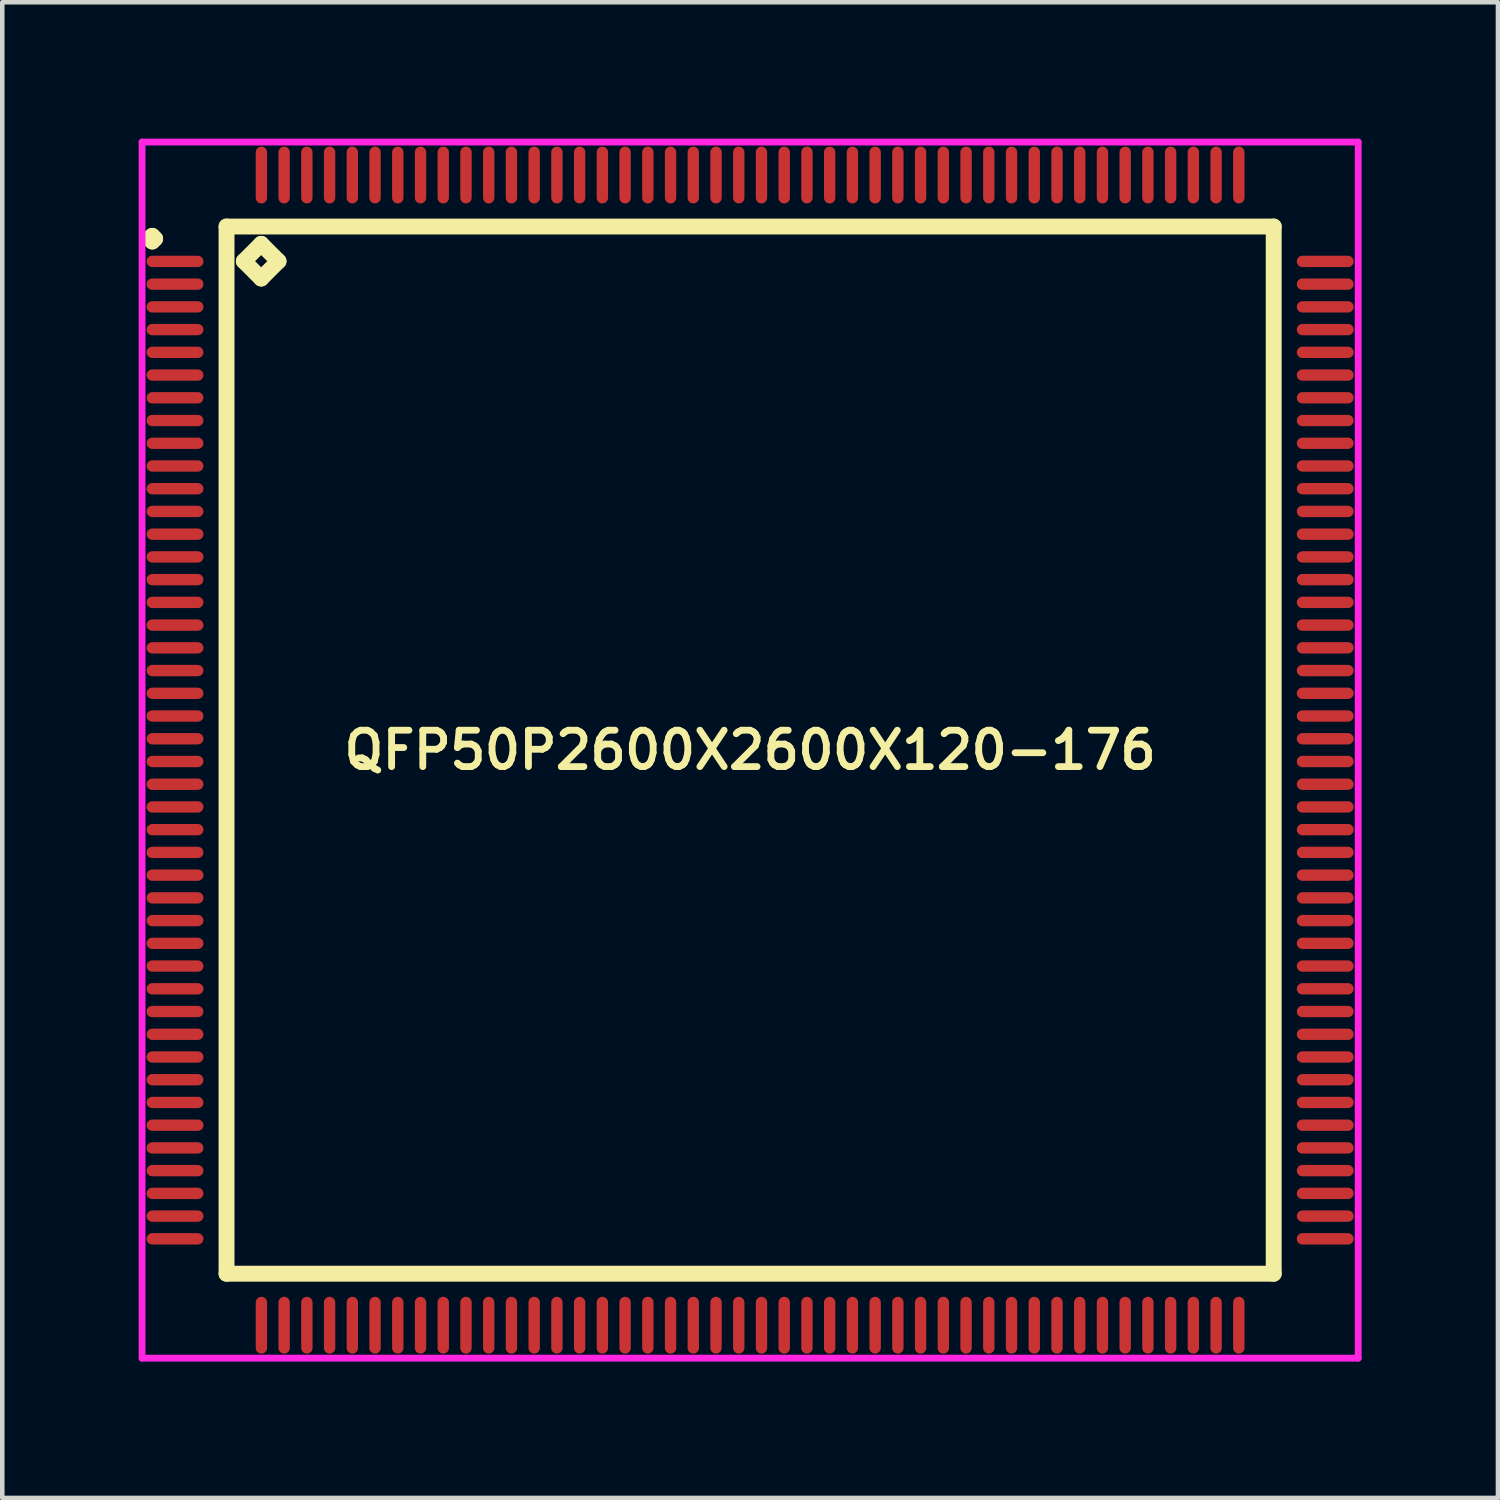
<source format=kicad_pcb>
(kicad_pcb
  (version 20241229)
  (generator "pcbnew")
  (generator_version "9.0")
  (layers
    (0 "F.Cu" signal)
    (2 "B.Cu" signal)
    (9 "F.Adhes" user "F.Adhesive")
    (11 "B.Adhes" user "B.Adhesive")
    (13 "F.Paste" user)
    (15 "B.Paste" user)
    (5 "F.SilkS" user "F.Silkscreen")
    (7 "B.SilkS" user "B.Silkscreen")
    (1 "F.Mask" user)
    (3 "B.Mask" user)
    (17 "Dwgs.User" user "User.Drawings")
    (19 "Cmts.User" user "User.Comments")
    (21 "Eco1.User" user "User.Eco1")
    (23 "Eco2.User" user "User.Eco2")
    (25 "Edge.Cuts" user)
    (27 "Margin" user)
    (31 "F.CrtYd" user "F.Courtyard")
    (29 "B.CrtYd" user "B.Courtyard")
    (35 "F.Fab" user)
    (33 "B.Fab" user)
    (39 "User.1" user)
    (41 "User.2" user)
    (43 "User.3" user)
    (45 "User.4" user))
  (footprint "QFP50P2600X2600X120-176"
    (layer "F.Cu")
    (at 13.45 13.45)
    (property "Reference" "QFP50P2600X2600X120-176" (at 0 0 0) (layer "F.SilkS") (effects (font (size 0.8 0.8) (thickness 0.15))))
    (attr through_hole)
    (fp_line (start -13.213 -11.25) (end -13.15 -11.312) (stroke (width 0.35) (type solid)) (layer "F.SilkS"))
    (fp_line (start -13.15 -11.312) (end -13.088 -11.25) (stroke (width 0.35) (type solid)) (layer "F.SilkS"))
    (fp_line (start -13.15 -11.188) (end -13.213 -11.25) (stroke (width 0.35) (type solid)) (layer "F.SilkS"))
    (fp_line (start -13.088 -11.25) (end -13.15 -11.188) (stroke (width 0.35) (type solid)) (layer "F.SilkS"))
    (fp_line (start -11.517 -11.517) (end -11.517 11.517) (stroke (width 0.35) (type solid)) (layer "F.SilkS"))
    (fp_line (start -11.517 11.517) (end 11.517 11.517) (stroke (width 0.35) (type solid)) (layer "F.SilkS"))
    (fp_line (start -11.136 -10.755) (end -10.755 -11.136) (stroke (width 0.35) (type solid)) (layer "F.SilkS"))
    (fp_line (start -10.755 -11.136) (end -10.374 -10.755) (stroke (width 0.35) (type solid)) (layer "F.SilkS"))
    (fp_line (start -10.755 -10.374) (end -11.136 -10.755) (stroke (width 0.35) (type solid)) (layer "F.SilkS"))
    (fp_line (start -10.374 -10.755) (end -10.755 -10.374) (stroke (width 0.35) (type solid)) (layer "F.SilkS"))
    (fp_line (start 11.517 -11.517) (end -11.517 -11.517) (stroke (width 0.35) (type solid)) (layer "F.SilkS"))
    (fp_line (start 11.517 11.517) (end 11.517 -11.517) (stroke (width 0.35) (type solid)) (layer "F.SilkS"))
    (fp_line (start -13.375 -13.375) (end 13.375 -13.375) (stroke (width 0.15) (type solid)) (layer "F.CrtYd"))
    (fp_line (start -13.375 13.375) (end -13.375 -13.375) (stroke (width 0.15) (type solid)) (layer "F.CrtYd"))
    (fp_line (start 13.375 -13.375) (end 13.375 13.375) (stroke (width 0.15) (type solid)) (layer "F.CrtYd"))
    (fp_line (start 13.375 13.375) (end -13.375 13.375) (stroke (width 0.15) (type solid)) (layer "F.CrtYd"))
    (pad "1" smd oval (at -12.65 -10.75) (size 1.25 0.25) (layers "F.Cu" "F.Mask" "F.Paste"))
    (pad "2" smd oval (at -12.65 -10.25) (size 1.25 0.25) (layers "F.Cu" "F.Mask" "F.Paste"))
    (pad "3" smd oval (at -12.65 -9.75) (size 1.25 0.25) (layers "F.Cu" "F.Mask" "F.Paste"))
    (pad "4" smd oval (at -12.65 -9.25) (size 1.25 0.25) (layers "F.Cu" "F.Mask" "F.Paste"))
    (pad "5" smd oval (at -12.65 -8.75) (size 1.25 0.25) (layers "F.Cu" "F.Mask" "F.Paste"))
    (pad "6" smd oval (at -12.65 -8.25) (size 1.25 0.25) (layers "F.Cu" "F.Mask" "F.Paste"))
    (pad "7" smd oval (at -12.65 -7.75) (size 1.25 0.25) (layers "F.Cu" "F.Mask" "F.Paste"))
    (pad "8" smd oval (at -12.65 -7.25) (size 1.25 0.25) (layers "F.Cu" "F.Mask" "F.Paste"))
    (pad "9" smd oval (at -12.65 -6.75) (size 1.25 0.25) (layers "F.Cu" "F.Mask" "F.Paste"))
    (pad "10" smd oval (at -12.65 -6.25) (size 1.25 0.25) (layers "F.Cu" "F.Mask" "F.Paste"))
    (pad "11" smd oval (at -12.65 -5.75) (size 1.25 0.25) (layers "F.Cu" "F.Mask" "F.Paste"))
    (pad "12" smd oval (at -12.65 -5.25) (size 1.25 0.25) (layers "F.Cu" "F.Mask" "F.Paste"))
    (pad "13" smd oval (at -12.65 -4.75) (size 1.25 0.25) (layers "F.Cu" "F.Mask" "F.Paste"))
    (pad "14" smd oval (at -12.65 -4.25) (size 1.25 0.25) (layers "F.Cu" "F.Mask" "F.Paste"))
    (pad "15" smd oval (at -12.65 -3.75) (size 1.25 0.25) (layers "F.Cu" "F.Mask" "F.Paste"))
    (pad "16" smd oval (at -12.65 -3.25) (size 1.25 0.25) (layers "F.Cu" "F.Mask" "F.Paste"))
    (pad "17" smd oval (at -12.65 -2.75) (size 1.25 0.25) (layers "F.Cu" "F.Mask" "F.Paste"))
    (pad "18" smd oval (at -12.65 -2.25) (size 1.25 0.25) (layers "F.Cu" "F.Mask" "F.Paste"))
    (pad "19" smd oval (at -12.65 -1.75) (size 1.25 0.25) (layers "F.Cu" "F.Mask" "F.Paste"))
    (pad "20" smd oval (at -12.65 -1.25) (size 1.25 0.25) (layers "F.Cu" "F.Mask" "F.Paste"))
    (pad "21" smd oval (at -12.65 -0.75) (size 1.25 0.25) (layers "F.Cu" "F.Mask" "F.Paste"))
    (pad "22" smd oval (at -12.65 -0.25) (size 1.25 0.25) (layers "F.Cu" "F.Mask" "F.Paste"))
    (pad "23" smd oval (at -12.65 0.25) (size 1.25 0.25) (layers "F.Cu" "F.Mask" "F.Paste"))
    (pad "24" smd oval (at -12.65 0.75) (size 1.25 0.25) (layers "F.Cu" "F.Mask" "F.Paste"))
    (pad "25" smd oval (at -12.65 1.25) (size 1.25 0.25) (layers "F.Cu" "F.Mask" "F.Paste"))
    (pad "26" smd oval (at -12.65 1.75) (size 1.25 0.25) (layers "F.Cu" "F.Mask" "F.Paste"))
    (pad "27" smd oval (at -12.65 2.25) (size 1.25 0.25) (layers "F.Cu" "F.Mask" "F.Paste"))
    (pad "28" smd oval (at -12.65 2.75) (size 1.25 0.25) (layers "F.Cu" "F.Mask" "F.Paste"))
    (pad "29" smd oval (at -12.65 3.25) (size 1.25 0.25) (layers "F.Cu" "F.Mask" "F.Paste"))
    (pad "30" smd oval (at -12.65 3.75) (size 1.25 0.25) (layers "F.Cu" "F.Mask" "F.Paste"))
    (pad "31" smd oval (at -12.65 4.25) (size 1.25 0.25) (layers "F.Cu" "F.Mask" "F.Paste"))
    (pad "32" smd oval (at -12.65 4.75) (size 1.25 0.25) (layers "F.Cu" "F.Mask" "F.Paste"))
    (pad "33" smd oval (at -12.65 5.25) (size 1.25 0.25) (layers "F.Cu" "F.Mask" "F.Paste"))
    (pad "34" smd oval (at -12.65 5.75) (size 1.25 0.25) (layers "F.Cu" "F.Mask" "F.Paste"))
    (pad "35" smd oval (at -12.65 6.25) (size 1.25 0.25) (layers "F.Cu" "F.Mask" "F.Paste"))
    (pad "36" smd oval (at -12.65 6.75) (size 1.25 0.25) (layers "F.Cu" "F.Mask" "F.Paste"))
    (pad "37" smd oval (at -12.65 7.25) (size 1.25 0.25) (layers "F.Cu" "F.Mask" "F.Paste"))
    (pad "38" smd oval (at -12.65 7.75) (size 1.25 0.25) (layers "F.Cu" "F.Mask" "F.Paste"))
    (pad "39" smd oval (at -12.65 8.25) (size 1.25 0.25) (layers "F.Cu" "F.Mask" "F.Paste"))
    (pad "40" smd oval (at -12.65 8.75) (size 1.25 0.25) (layers "F.Cu" "F.Mask" "F.Paste"))
    (pad "41" smd oval (at -12.65 9.25) (size 1.25 0.25) (layers "F.Cu" "F.Mask" "F.Paste"))
    (pad "42" smd oval (at -12.65 9.75) (size 1.25 0.25) (layers "F.Cu" "F.Mask" "F.Paste"))
    (pad "43" smd oval (at -12.65 10.25) (size 1.25 0.25) (layers "F.Cu" "F.Mask" "F.Paste"))
    (pad "44" smd oval (at -12.65 10.75) (size 1.25 0.25) (layers "F.Cu" "F.Mask" "F.Paste"))
    (pad "45" smd oval (at -10.75 12.65) (size 0.25 1.25) (layers "F.Cu" "F.Mask" "F.Paste"))
    (pad "46" smd oval (at -10.25 12.65) (size 0.25 1.25) (layers "F.Cu" "F.Mask" "F.Paste"))
    (pad "47" smd oval (at -9.75 12.65) (size 0.25 1.25) (layers "F.Cu" "F.Mask" "F.Paste"))
    (pad "48" smd oval (at -9.25 12.65) (size 0.25 1.25) (layers "F.Cu" "F.Mask" "F.Paste"))
    (pad "49" smd oval (at -8.75 12.65) (size 0.25 1.25) (layers "F.Cu" "F.Mask" "F.Paste"))
    (pad "50" smd oval (at -8.25 12.65) (size 0.25 1.25) (layers "F.Cu" "F.Mask" "F.Paste"))
    (pad "51" smd oval (at -7.75 12.65) (size 0.25 1.25) (layers "F.Cu" "F.Mask" "F.Paste"))
    (pad "52" smd oval (at -7.25 12.65) (size 0.25 1.25) (layers "F.Cu" "F.Mask" "F.Paste"))
    (pad "53" smd oval (at -6.75 12.65) (size 0.25 1.25) (layers "F.Cu" "F.Mask" "F.Paste"))
    (pad "54" smd oval (at -6.25 12.65) (size 0.25 1.25) (layers "F.Cu" "F.Mask" "F.Paste"))
    (pad "55" smd oval (at -5.75 12.65) (size 0.25 1.25) (layers "F.Cu" "F.Mask" "F.Paste"))
    (pad "56" smd oval (at -5.25 12.65) (size 0.25 1.25) (layers "F.Cu" "F.Mask" "F.Paste"))
    (pad "57" smd oval (at -4.75 12.65) (size 0.25 1.25) (layers "F.Cu" "F.Mask" "F.Paste"))
    (pad "58" smd oval (at -4.25 12.65) (size 0.25 1.25) (layers "F.Cu" "F.Mask" "F.Paste"))
    (pad "59" smd oval (at -3.75 12.65) (size 0.25 1.25) (layers "F.Cu" "F.Mask" "F.Paste"))
    (pad "60" smd oval (at -3.25 12.65) (size 0.25 1.25) (layers "F.Cu" "F.Mask" "F.Paste"))
    (pad "61" smd oval (at -2.75 12.65) (size 0.25 1.25) (layers "F.Cu" "F.Mask" "F.Paste"))
    (pad "62" smd oval (at -2.25 12.65) (size 0.25 1.25) (layers "F.Cu" "F.Mask" "F.Paste"))
    (pad "63" smd oval (at -1.75 12.65) (size 0.25 1.25) (layers "F.Cu" "F.Mask" "F.Paste"))
    (pad "64" smd oval (at -1.25 12.65) (size 0.25 1.25) (layers "F.Cu" "F.Mask" "F.Paste"))
    (pad "65" smd oval (at -0.75 12.65) (size 0.25 1.25) (layers "F.Cu" "F.Mask" "F.Paste"))
    (pad "66" smd oval (at -0.25 12.65) (size 0.25 1.25) (layers "F.Cu" "F.Mask" "F.Paste"))
    (pad "67" smd oval (at 0.25 12.65) (size 0.25 1.25) (layers "F.Cu" "F.Mask" "F.Paste"))
    (pad "68" smd oval (at 0.75 12.65) (size 0.25 1.25) (layers "F.Cu" "F.Mask" "F.Paste"))
    (pad "69" smd oval (at 1.25 12.65) (size 0.25 1.25) (layers "F.Cu" "F.Mask" "F.Paste"))
    (pad "70" smd oval (at 1.75 12.65) (size 0.25 1.25) (layers "F.Cu" "F.Mask" "F.Paste"))
    (pad "71" smd oval (at 2.25 12.65) (size 0.25 1.25) (layers "F.Cu" "F.Mask" "F.Paste"))
    (pad "72" smd oval (at 2.75 12.65) (size 0.25 1.25) (layers "F.Cu" "F.Mask" "F.Paste"))
    (pad "73" smd oval (at 3.25 12.65) (size 0.25 1.25) (layers "F.Cu" "F.Mask" "F.Paste"))
    (pad "74" smd oval (at 3.75 12.65) (size 0.25 1.25) (layers "F.Cu" "F.Mask" "F.Paste"))
    (pad "75" smd oval (at 4.25 12.65) (size 0.25 1.25) (layers "F.Cu" "F.Mask" "F.Paste"))
    (pad "76" smd oval (at 4.75 12.65) (size 0.25 1.25) (layers "F.Cu" "F.Mask" "F.Paste"))
    (pad "77" smd oval (at 5.25 12.65) (size 0.25 1.25) (layers "F.Cu" "F.Mask" "F.Paste"))
    (pad "78" smd oval (at 5.75 12.65) (size 0.25 1.25) (layers "F.Cu" "F.Mask" "F.Paste"))
    (pad "79" smd oval (at 6.25 12.65) (size 0.25 1.25) (layers "F.Cu" "F.Mask" "F.Paste"))
    (pad "80" smd oval (at 6.75 12.65) (size 0.25 1.25) (layers "F.Cu" "F.Mask" "F.Paste"))
    (pad "81" smd oval (at 7.25 12.65) (size 0.25 1.25) (layers "F.Cu" "F.Mask" "F.Paste"))
    (pad "82" smd oval (at 7.75 12.65) (size 0.25 1.25) (layers "F.Cu" "F.Mask" "F.Paste"))
    (pad "83" smd oval (at 8.25 12.65) (size 0.25 1.25) (layers "F.Cu" "F.Mask" "F.Paste"))
    (pad "84" smd oval (at 8.75 12.65) (size 0.25 1.25) (layers "F.Cu" "F.Mask" "F.Paste"))
    (pad "85" smd oval (at 9.25 12.65) (size 0.25 1.25) (layers "F.Cu" "F.Mask" "F.Paste"))
    (pad "86" smd oval (at 9.75 12.65) (size 0.25 1.25) (layers "F.Cu" "F.Mask" "F.Paste"))
    (pad "87" smd oval (at 10.25 12.65) (size 0.25 1.25) (layers "F.Cu" "F.Mask" "F.Paste"))
    (pad "88" smd oval (at 10.75 12.65) (size 0.25 1.25) (layers "F.Cu" "F.Mask" "F.Paste"))
    (pad "89" smd oval (at 12.65 10.75) (size 1.25 0.25) (layers "F.Cu" "F.Mask" "F.Paste"))
    (pad "90" smd oval (at 12.65 10.25) (size 1.25 0.25) (layers "F.Cu" "F.Mask" "F.Paste"))
    (pad "91" smd oval (at 12.65 9.75) (size 1.25 0.25) (layers "F.Cu" "F.Mask" "F.Paste"))
    (pad "92" smd oval (at 12.65 9.25) (size 1.25 0.25) (layers "F.Cu" "F.Mask" "F.Paste"))
    (pad "93" smd oval (at 12.65 8.75) (size 1.25 0.25) (layers "F.Cu" "F.Mask" "F.Paste"))
    (pad "94" smd oval (at 12.65 8.25) (size 1.25 0.25) (layers "F.Cu" "F.Mask" "F.Paste"))
    (pad "95" smd oval (at 12.65 7.75) (size 1.25 0.25) (layers "F.Cu" "F.Mask" "F.Paste"))
    (pad "96" smd oval (at 12.65 7.25) (size 1.25 0.25) (layers "F.Cu" "F.Mask" "F.Paste"))
    (pad "97" smd oval (at 12.65 6.75) (size 1.25 0.25) (layers "F.Cu" "F.Mask" "F.Paste"))
    (pad "98" smd oval (at 12.65 6.25) (size 1.25 0.25) (layers "F.Cu" "F.Mask" "F.Paste"))
    (pad "99" smd oval (at 12.65 5.75) (size 1.25 0.25) (layers "F.Cu" "F.Mask" "F.Paste"))
    (pad "100" smd oval (at 12.65 5.25) (size 1.25 0.25) (layers "F.Cu" "F.Mask" "F.Paste"))
    (pad "101" smd oval (at 12.65 4.75) (size 1.25 0.25) (layers "F.Cu" "F.Mask" "F.Paste"))
    (pad "102" smd oval (at 12.65 4.25) (size 1.25 0.25) (layers "F.Cu" "F.Mask" "F.Paste"))
    (pad "103" smd oval (at 12.65 3.75) (size 1.25 0.25) (layers "F.Cu" "F.Mask" "F.Paste"))
    (pad "104" smd oval (at 12.65 3.25) (size 1.25 0.25) (layers "F.Cu" "F.Mask" "F.Paste"))
    (pad "105" smd oval (at 12.65 2.75) (size 1.25 0.25) (layers "F.Cu" "F.Mask" "F.Paste"))
    (pad "106" smd oval (at 12.65 2.25) (size 1.25 0.25) (layers "F.Cu" "F.Mask" "F.Paste"))
    (pad "107" smd oval (at 12.65 1.75) (size 1.25 0.25) (layers "F.Cu" "F.Mask" "F.Paste"))
    (pad "108" smd oval (at 12.65 1.25) (size 1.25 0.25) (layers "F.Cu" "F.Mask" "F.Paste"))
    (pad "109" smd oval (at 12.65 0.75) (size 1.25 0.25) (layers "F.Cu" "F.Mask" "F.Paste"))
    (pad "110" smd oval (at 12.65 0.25) (size 1.25 0.25) (layers "F.Cu" "F.Mask" "F.Paste"))
    (pad "111" smd oval (at 12.65 -0.25) (size 1.25 0.25) (layers "F.Cu" "F.Mask" "F.Paste"))
    (pad "112" smd oval (at 12.65 -0.75) (size 1.25 0.25) (layers "F.Cu" "F.Mask" "F.Paste"))
    (pad "113" smd oval (at 12.65 -1.25) (size 1.25 0.25) (layers "F.Cu" "F.Mask" "F.Paste"))
    (pad "114" smd oval (at 12.65 -1.75) (size 1.25 0.25) (layers "F.Cu" "F.Mask" "F.Paste"))
    (pad "115" smd oval (at 12.65 -2.25) (size 1.25 0.25) (layers "F.Cu" "F.Mask" "F.Paste"))
    (pad "116" smd oval (at 12.65 -2.75) (size 1.25 0.25) (layers "F.Cu" "F.Mask" "F.Paste"))
    (pad "117" smd oval (at 12.65 -3.25) (size 1.25 0.25) (layers "F.Cu" "F.Mask" "F.Paste"))
    (pad "118" smd oval (at 12.65 -3.75) (size 1.25 0.25) (layers "F.Cu" "F.Mask" "F.Paste"))
    (pad "119" smd oval (at 12.65 -4.25) (size 1.25 0.25) (layers "F.Cu" "F.Mask" "F.Paste"))
    (pad "120" smd oval (at 12.65 -4.75) (size 1.25 0.25) (layers "F.Cu" "F.Mask" "F.Paste"))
    (pad "121" smd oval (at 12.65 -5.25) (size 1.25 0.25) (layers "F.Cu" "F.Mask" "F.Paste"))
    (pad "122" smd oval (at 12.65 -5.75) (size 1.25 0.25) (layers "F.Cu" "F.Mask" "F.Paste"))
    (pad "123" smd oval (at 12.65 -6.25) (size 1.25 0.25) (layers "F.Cu" "F.Mask" "F.Paste"))
    (pad "124" smd oval (at 12.65 -6.75) (size 1.25 0.25) (layers "F.Cu" "F.Mask" "F.Paste"))
    (pad "125" smd oval (at 12.65 -7.25) (size 1.25 0.25) (layers "F.Cu" "F.Mask" "F.Paste"))
    (pad "126" smd oval (at 12.65 -7.75) (size 1.25 0.25) (layers "F.Cu" "F.Mask" "F.Paste"))
    (pad "127" smd oval (at 12.65 -8.25) (size 1.25 0.25) (layers "F.Cu" "F.Mask" "F.Paste"))
    (pad "128" smd oval (at 12.65 -8.75) (size 1.25 0.25) (layers "F.Cu" "F.Mask" "F.Paste"))
    (pad "129" smd oval (at 12.65 -9.25) (size 1.25 0.25) (layers "F.Cu" "F.Mask" "F.Paste"))
    (pad "130" smd oval (at 12.65 -9.75) (size 1.25 0.25) (layers "F.Cu" "F.Mask" "F.Paste"))
    (pad "131" smd oval (at 12.65 -10.25) (size 1.25 0.25) (layers "F.Cu" "F.Mask" "F.Paste"))
    (pad "132" smd oval (at 12.65 -10.75) (size 1.25 0.25) (layers "F.Cu" "F.Mask" "F.Paste"))
    (pad "133" smd oval (at 10.75 -12.65) (size 0.25 1.25) (layers "F.Cu" "F.Mask" "F.Paste"))
    (pad "134" smd oval (at 10.25 -12.65) (size 0.25 1.25) (layers "F.Cu" "F.Mask" "F.Paste"))
    (pad "135" smd oval (at 9.75 -12.65) (size 0.25 1.25) (layers "F.Cu" "F.Mask" "F.Paste"))
    (pad "136" smd oval (at 9.25 -12.65) (size 0.25 1.25) (layers "F.Cu" "F.Mask" "F.Paste"))
    (pad "137" smd oval (at 8.75 -12.65) (size 0.25 1.25) (layers "F.Cu" "F.Mask" "F.Paste"))
    (pad "138" smd oval (at 8.25 -12.65) (size 0.25 1.25) (layers "F.Cu" "F.Mask" "F.Paste"))
    (pad "139" smd oval (at 7.75 -12.65) (size 0.25 1.25) (layers "F.Cu" "F.Mask" "F.Paste"))
    (pad "140" smd oval (at 7.25 -12.65) (size 0.25 1.25) (layers "F.Cu" "F.Mask" "F.Paste"))
    (pad "141" smd oval (at 6.75 -12.65) (size 0.25 1.25) (layers "F.Cu" "F.Mask" "F.Paste"))
    (pad "142" smd oval (at 6.25 -12.65) (size 0.25 1.25) (layers "F.Cu" "F.Mask" "F.Paste"))
    (pad "143" smd oval (at 5.75 -12.65) (size 0.25 1.25) (layers "F.Cu" "F.Mask" "F.Paste"))
    (pad "144" smd oval (at 5.25 -12.65) (size 0.25 1.25) (layers "F.Cu" "F.Mask" "F.Paste"))
    (pad "145" smd oval (at 4.75 -12.65) (size 0.25 1.25) (layers "F.Cu" "F.Mask" "F.Paste"))
    (pad "146" smd oval (at 4.25 -12.65) (size 0.25 1.25) (layers "F.Cu" "F.Mask" "F.Paste"))
    (pad "147" smd oval (at 3.75 -12.65) (size 0.25 1.25) (layers "F.Cu" "F.Mask" "F.Paste"))
    (pad "148" smd oval (at 3.25 -12.65) (size 0.25 1.25) (layers "F.Cu" "F.Mask" "F.Paste"))
    (pad "149" smd oval (at 2.75 -12.65) (size 0.25 1.25) (layers "F.Cu" "F.Mask" "F.Paste"))
    (pad "150" smd oval (at 2.25 -12.65) (size 0.25 1.25) (layers "F.Cu" "F.Mask" "F.Paste"))
    (pad "151" smd oval (at 1.75 -12.65) (size 0.25 1.25) (layers "F.Cu" "F.Mask" "F.Paste"))
    (pad "152" smd oval (at 1.25 -12.65) (size 0.25 1.25) (layers "F.Cu" "F.Mask" "F.Paste"))
    (pad "153" smd oval (at 0.75 -12.65) (size 0.25 1.25) (layers "F.Cu" "F.Mask" "F.Paste"))
    (pad "154" smd oval (at 0.25 -12.65) (size 0.25 1.25) (layers "F.Cu" "F.Mask" "F.Paste"))
    (pad "155" smd oval (at -0.25 -12.65) (size 0.25 1.25) (layers "F.Cu" "F.Mask" "F.Paste"))
    (pad "156" smd oval (at -0.75 -12.65) (size 0.25 1.25) (layers "F.Cu" "F.Mask" "F.Paste"))
    (pad "157" smd oval (at -1.25 -12.65) (size 0.25 1.25) (layers "F.Cu" "F.Mask" "F.Paste"))
    (pad "158" smd oval (at -1.75 -12.65) (size 0.25 1.25) (layers "F.Cu" "F.Mask" "F.Paste"))
    (pad "159" smd oval (at -2.25 -12.65) (size 0.25 1.25) (layers "F.Cu" "F.Mask" "F.Paste"))
    (pad "160" smd oval (at -2.75 -12.65) (size 0.25 1.25) (layers "F.Cu" "F.Mask" "F.Paste"))
    (pad "161" smd oval (at -3.25 -12.65) (size 0.25 1.25) (layers "F.Cu" "F.Mask" "F.Paste"))
    (pad "162" smd oval (at -3.75 -12.65) (size 0.25 1.25) (layers "F.Cu" "F.Mask" "F.Paste"))
    (pad "163" smd oval (at -4.25 -12.65) (size 0.25 1.25) (layers "F.Cu" "F.Mask" "F.Paste"))
    (pad "164" smd oval (at -4.75 -12.65) (size 0.25 1.25) (layers "F.Cu" "F.Mask" "F.Paste"))
    (pad "165" smd oval (at -5.25 -12.65) (size 0.25 1.25) (layers "F.Cu" "F.Mask" "F.Paste"))
    (pad "166" smd oval (at -5.75 -12.65) (size 0.25 1.25) (layers "F.Cu" "F.Mask" "F.Paste"))
    (pad "167" smd oval (at -6.25 -12.65) (size 0.25 1.25) (layers "F.Cu" "F.Mask" "F.Paste"))
    (pad "168" smd oval (at -6.75 -12.65) (size 0.25 1.25) (layers "F.Cu" "F.Mask" "F.Paste"))
    (pad "169" smd oval (at -7.25 -12.65) (size 0.25 1.25) (layers "F.Cu" "F.Mask" "F.Paste"))
    (pad "170" smd oval (at -7.75 -12.65) (size 0.25 1.25) (layers "F.Cu" "F.Mask" "F.Paste"))
    (pad "171" smd oval (at -8.25 -12.65) (size 0.25 1.25) (layers "F.Cu" "F.Mask" "F.Paste"))
    (pad "172" smd oval (at -8.75 -12.65) (size 0.25 1.25) (layers "F.Cu" "F.Mask" "F.Paste"))
    (pad "173" smd oval (at -9.25 -12.65) (size 0.25 1.25) (layers "F.Cu" "F.Mask" "F.Paste"))
    (pad "174" smd oval (at -9.75 -12.65) (size 0.25 1.25) (layers "F.Cu" "F.Mask" "F.Paste"))
    (pad "175" smd oval (at -10.25 -12.65) (size 0.25 1.25) (layers "F.Cu" "F.Mask" "F.Paste"))
    (pad "176" smd oval (at -10.75 -12.65) (size 0.25 1.25) (layers "F.Cu" "F.Mask" "F.Paste")))
  (gr_rect
    (start -3 -3)
    (end 29.9 29.9)
    (stroke (width 0.1) (type default))
    (fill no)
    (layer "Edge.Cuts")))
</source>
